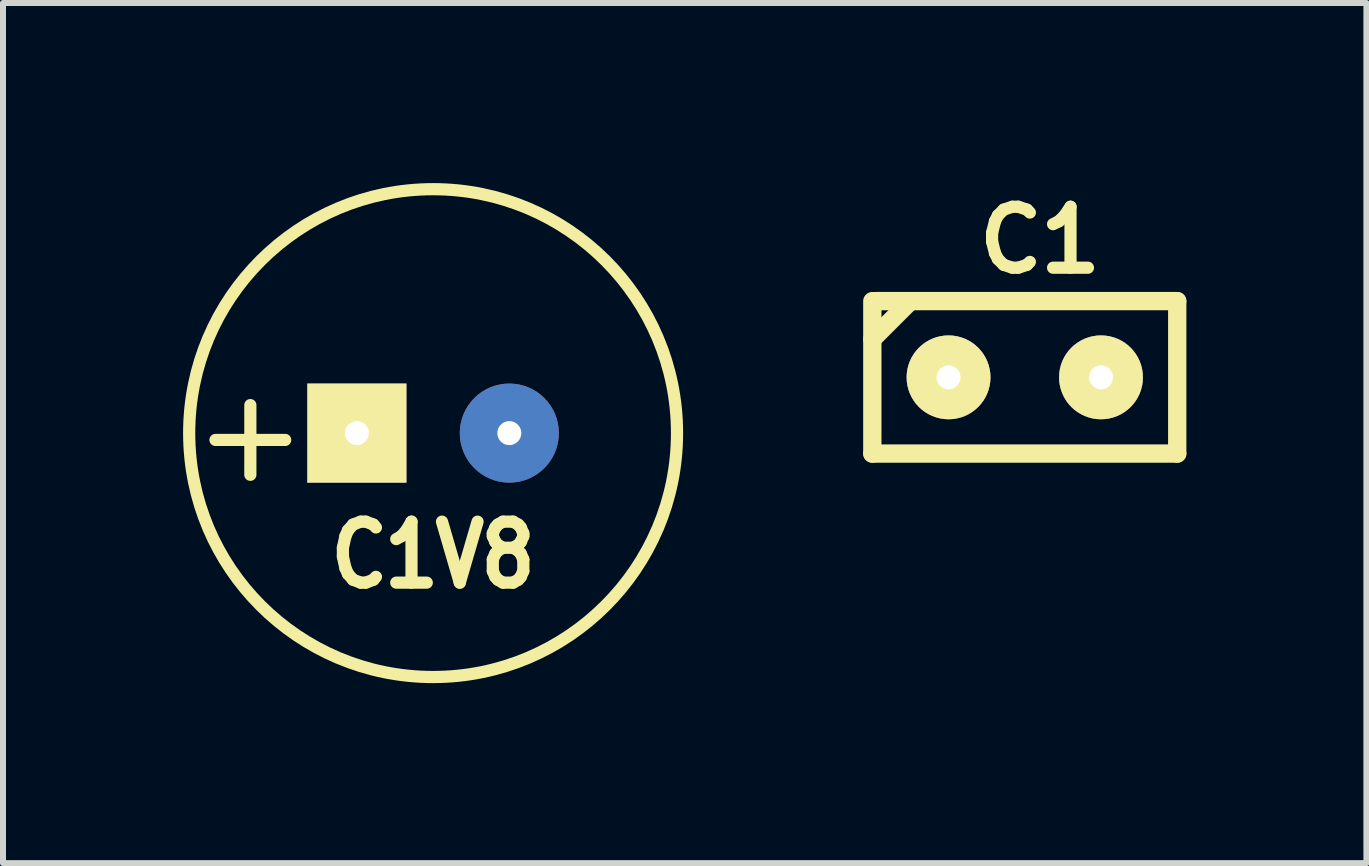
<source format=kicad_pcb>
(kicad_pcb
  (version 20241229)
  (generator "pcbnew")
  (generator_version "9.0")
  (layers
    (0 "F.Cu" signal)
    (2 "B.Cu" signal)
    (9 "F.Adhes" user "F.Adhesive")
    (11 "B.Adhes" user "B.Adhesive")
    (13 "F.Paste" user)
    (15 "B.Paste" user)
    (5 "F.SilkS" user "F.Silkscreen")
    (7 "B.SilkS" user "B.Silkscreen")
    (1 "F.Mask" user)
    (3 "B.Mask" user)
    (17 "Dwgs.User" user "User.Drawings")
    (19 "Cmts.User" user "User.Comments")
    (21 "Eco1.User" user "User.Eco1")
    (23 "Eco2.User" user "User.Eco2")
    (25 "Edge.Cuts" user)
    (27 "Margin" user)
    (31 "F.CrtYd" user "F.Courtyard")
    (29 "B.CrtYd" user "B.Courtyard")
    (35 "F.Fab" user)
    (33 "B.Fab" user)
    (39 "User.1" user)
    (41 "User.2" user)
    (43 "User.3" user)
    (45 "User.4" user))
  (footprint "C1"
    (layer "F.Cu")
    (at 14.024 3.237)
    (property "Reference" "C1" (at 0.254 -2.286 0) (layer "F.SilkS") (effects (font (size 1.016 1.016) (thickness 0.203))))
    (attr through_hole)
    (fp_line (start -2.54 -0.635) (end -1.905 -1.27) (stroke (width 0.305) (type solid)) (layer "F.SilkS"))
    (fp_line (start -2.54 1.27) (end -2.54 -1.27) (stroke (width 0.305) (type solid)) (layer "F.SilkS"))
    (fp_line (start -2.489 -1.27) (end 2.54 -1.27) (stroke (width 0.305) (type solid)) (layer "F.SilkS"))
    (fp_line (start 2.54 -1.27) (end 2.54 1.27) (stroke (width 0.305) (type solid)) (layer "F.SilkS"))
    (fp_line (start 2.54 1.27) (end -2.54 1.27) (stroke (width 0.305) (type solid)) (layer "F.SilkS"))
    (pad "1" thru_hole circle (at -1.27 0) (size 1.397 1.397) (drill 0.4) (layers "*.Cu" "*.Mask" "F.SilkS"))
    (pad "2" thru_hole circle (at 1.27 0) (size 1.397 1.397) (drill 0.4) (layers "*.Cu" "*.Mask" "F.SilkS")))
  (footprint "C1V8"
    (layer "F.Cu")
    (at 4.166 4.166)
    (property "Reference" "C1V8" (at 0 2.032 0) (layer "F.SilkS") (effects (font (size 1.016 0.889) (thickness 0.203))))
    (attr through_hole)
    (fp_circle (center 0 0) (end 4.064 0) (stroke (width 0.203) (type solid)) (fill no) (layer "F.SilkS"))
    (fp_text user "+" (at -3.045 0 0) (layer "F.SilkS") (effects (font (size 1.524 1.524) (thickness 0.203))))
    (pad "1" thru_hole rect (at -1.27 0) (size 1.651 1.651) (drill 0.4) (layers "*.Cu" "*.Mask" "F.SilkS"))
    (pad "2" thru_hole circle (at 1.27 0) (size 1.651 1.651) (drill 0.4) (layers "*.Cu" "*.Mask" "B.Paste")))
  (gr_rect
    (start -3 -3)
    (end 19.716 11.331)
    (stroke (width 0.1) (type default))
    (fill no)
    (layer "Edge.Cuts")))
</source>
